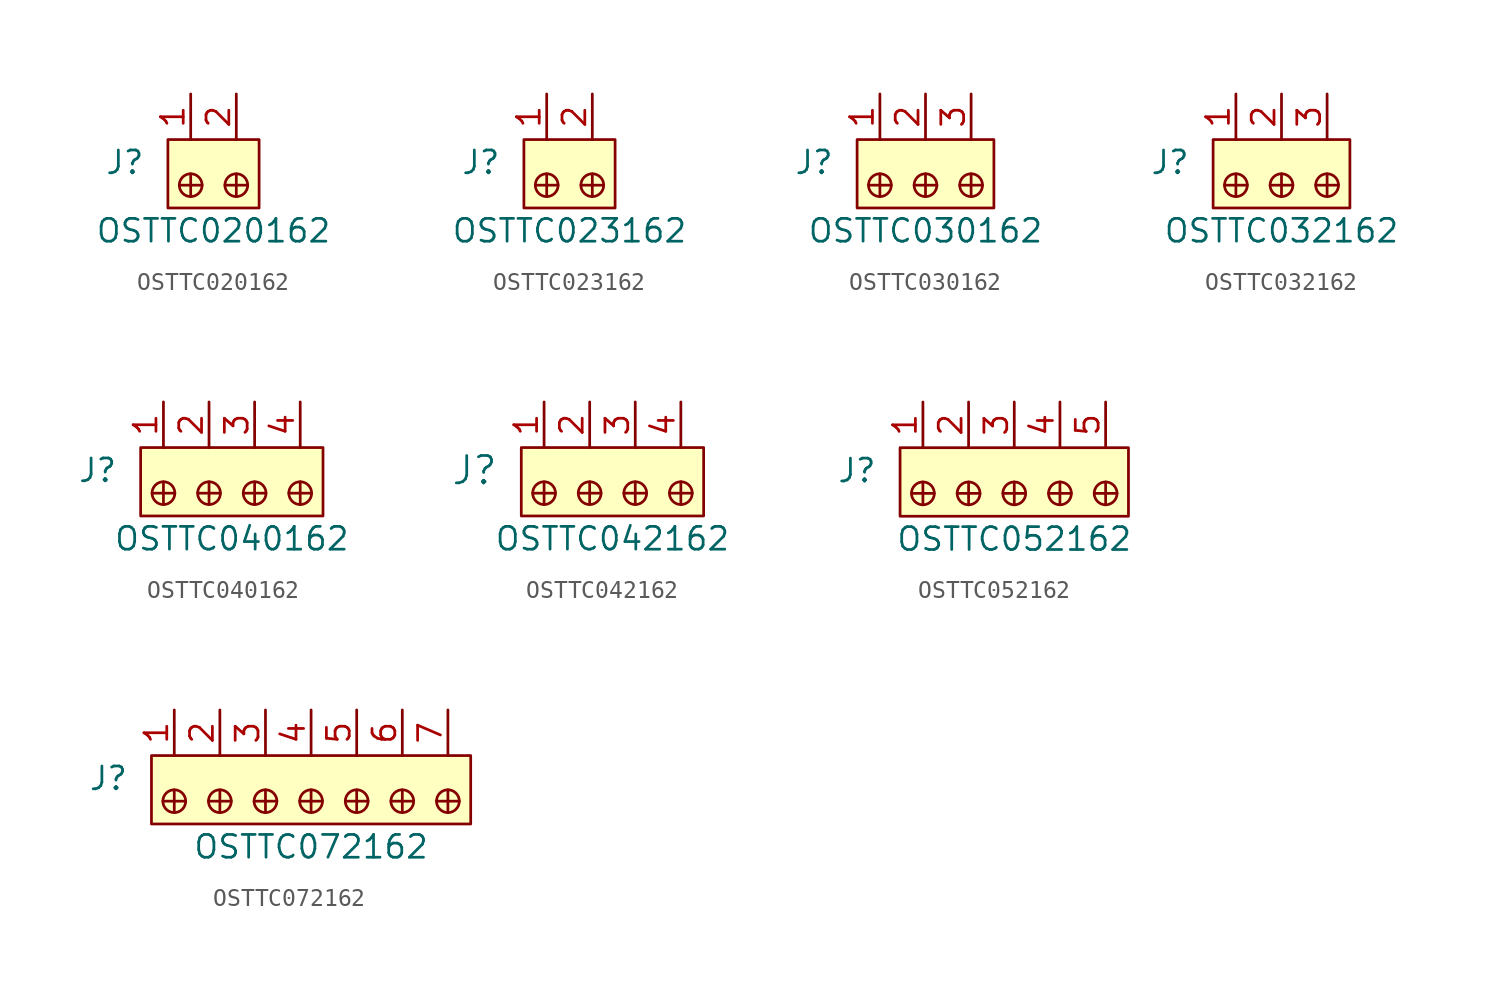
<source format=kicad_sym>
(kicad_symbol_lib
  (version 20220914)
  (generator kicad_symbol_editor)
  (symbol "OSTTC020162"
    (pin_names
      (offset 1.016))
    (property "Reference" "J"
      (at -2.54 1.27 0)
      (effects (font (size 1.27 1.27)) (justify right)))
    (property "Value" "OSTTC020162"
      (at 1.27 -2.54 0)
      (effects (font (size 1.27 1.27))))
    (symbol "OSTTC020162_1_1"
      (rectangle (start -1.27 2.54) (end 3.81 -1.27) (stroke (width 0) (type default)) (fill (type background)))
      (polyline (pts (xy 0 0.635) (xy 0 -0.635)) (stroke (width 0) (type default)) (fill (type none)))
      (polyline (pts (xy 0.635 0) (xy -0.635 0)) (stroke (width 0) (type default)) (fill (type none)))
      (polyline (pts (xy 1.905 0) (xy 3.175 0)) (stroke (width 0) (type default)) (fill (type none)))
      (polyline (pts (xy 2.54 0.635) (xy 2.54 -0.635)) (stroke (width 0) (type default)) (fill (type none)))
      (circle (center 0 0) (radius 0.635) (stroke (width 0) (type default)) (fill (type none)))
      (circle (center 2.54 0) (radius 0.635) (stroke (width 0) (type default)) (fill (type none)))
      (pin passive line (at 0 5.08 270) (length 2.54) (name "~" (effects (font (size 1.27 1.27)))) (number "1" (effects (font (size 1.27 1.27)))))
      (pin passive line (at 2.54 5.08 270) (length 2.54) (name "~" (effects (font (size 1.27 1.27)))) (number "2" (effects (font (size 1.27 1.27)))))))
  (symbol "OSTTC023162"
    (pin_names
      (offset 1.016))
    (property "Reference" "J"
      (at -2.54 -1.27 0)
      (effects (font (size 1.27 1.27)) (justify right)))
    (property "Value" "OSTTC023162"
      (at 1.27 -5.08 0)
      (effects (font (size 1.27 1.27))))
    (symbol "OSTTC023162_1_1"
      (rectangle (start -1.27 0) (end 3.81 -3.81) (stroke (width 0) (type default)) (fill (type background)))
      (circle (center 0 -2.54) (radius 0.635) (stroke (width 0) (type default)) (fill (type none)))
      (polyline (pts (xy 0 -1.905) (xy 0 -3.175)) (stroke (width 0) (type default)) (fill (type none)))
      (polyline (pts (xy 0.635 -2.54) (xy -0.635 -2.54)) (stroke (width 0) (type default)) (fill (type none)))
      (polyline (pts (xy 1.905 -2.54) (xy 3.175 -2.54)) (stroke (width 0) (type default)) (fill (type none)))
      (polyline (pts (xy 2.54 -1.905) (xy 2.54 -3.175)) (stroke (width 0) (type default)) (fill (type none)))
      (circle (center 2.54 -2.54) (radius 0.635) (stroke (width 0) (type default)) (fill (type none)))
      (pin passive line (at 0 2.54 270) (length 2.54) (name "~" (effects (font (size 1.27 1.27)))) (number "1" (effects (font (size 1.27 1.27)))))
      (pin passive line (at 2.54 2.54 270) (length 2.54) (name "~" (effects (font (size 1.27 1.27)))) (number "2" (effects (font (size 1.27 1.27)))))))
  (symbol "OSTTC030162"
    (pin_names
      (offset 1.016))
    (property "Reference" "J"
      (at -2.54 1.27 0)
      (effects (font (size 1.27 1.27)) (justify right)))
    (property "Value" "OSTTC030162"
      (at 2.54 -2.54 0)
      (effects (font (size 1.27 1.27))))
    (symbol "OSTTC030162_1_1"
      (rectangle (start -1.27 2.54) (end 6.35 -1.27) (stroke (width 0) (type default)) (fill (type background)))
      (polyline (pts (xy 0 0.635) (xy 0 -0.635)) (stroke (width 0) (type default)) (fill (type none)))
      (polyline (pts (xy 0.635 0) (xy -0.635 0)) (stroke (width 0) (type default)) (fill (type none)))
      (polyline (pts (xy 1.905 0) (xy 3.175 0)) (stroke (width 0) (type default)) (fill (type none)))
      (polyline (pts (xy 2.54 0.635) (xy 2.54 -0.635)) (stroke (width 0) (type default)) (fill (type none)))
      (polyline (pts (xy 4.445 0) (xy 5.715 0)) (stroke (width 0) (type default)) (fill (type none)))
      (polyline (pts (xy 5.08 0.635) (xy 5.08 -0.635)) (stroke (width 0) (type default)) (fill (type none)))
      (circle (center 0 0) (radius 0.635) (stroke (width 0) (type default)) (fill (type none)))
      (circle (center 2.54 0) (radius 0.635) (stroke (width 0) (type default)) (fill (type none)))
      (circle (center 5.08 0) (radius 0.635) (stroke (width 0) (type default)) (fill (type none)))
      (pin passive line (at 0 5.08 270) (length 2.54) (name "~" (effects (font (size 1.27 1.27)))) (number "1" (effects (font (size 1.27 1.27)))))
      (pin passive line (at 2.54 5.08 270) (length 2.54) (name "~" (effects (font (size 1.27 1.27)))) (number "2" (effects (font (size 1.27 1.27)))))
      (pin passive line (at 5.08 5.08 270) (length 2.54) (name "~" (effects (font (size 1.27 1.27)))) (number "3" (effects (font (size 1.27 1.27)))))))
  (symbol "OSTTC032162"
    (pin_names
      (offset 1.016))
    (property "Reference" "J"
      (at -2.54 -1.27 0)
      (effects (font (size 1.27 1.27)) (justify right)))
    (property "Value" "OSTTC032162"
      (at 2.54 -5.08 0)
      (effects (font (size 1.27 1.27))))
    (symbol "OSTTC032162_1_1"
      (rectangle (start -1.27 0) (end 6.35 -3.81) (stroke (width 0) (type default)) (fill (type background)))
      (circle (center 0 -2.54) (radius 0.635) (stroke (width 0) (type default)) (fill (type none)))
      (polyline (pts (xy 0 -1.905) (xy 0 -3.175)) (stroke (width 0) (type default)) (fill (type none)))
      (polyline (pts (xy 0.635 -2.54) (xy -0.635 -2.54)) (stroke (width 0) (type default)) (fill (type none)))
      (polyline (pts (xy 1.905 -2.54) (xy 3.175 -2.54)) (stroke (width 0) (type default)) (fill (type none)))
      (polyline (pts (xy 2.54 -1.905) (xy 2.54 -3.175)) (stroke (width 0) (type default)) (fill (type none)))
      (polyline (pts (xy 4.445 -2.54) (xy 5.715 -2.54)) (stroke (width 0) (type default)) (fill (type none)))
      (polyline (pts (xy 5.08 -1.905) (xy 5.08 -3.175)) (stroke (width 0) (type default)) (fill (type none)))
      (circle (center 2.54 -2.54) (radius 0.635) (stroke (width 0) (type default)) (fill (type none)))
      (circle (center 5.08 -2.54) (radius 0.635) (stroke (width 0) (type default)) (fill (type none)))
      (pin passive line (at 0 2.54 270) (length 2.54) (name "~" (effects (font (size 1.27 1.27)))) (number "1" (effects (font (size 1.27 1.27)))))
      (pin passive line (at 2.54 2.54 270) (length 2.54) (name "~" (effects (font (size 1.27 1.27)))) (number "2" (effects (font (size 1.27 1.27)))))
      (pin passive line (at 5.08 2.54 270) (length 2.54) (name "~" (effects (font (size 1.27 1.27)))) (number "3" (effects (font (size 1.27 1.27)))))))
  (symbol "OSTTC040162"
    (pin_names
      (offset 1.016))
    (property "Reference" "J"
      (at -2.54 -1.27 0)
      (effects (font (size 1.27 1.27)) (justify right)))
    (property "Value" "OSTTC040162"
      (at 3.81 -5.08 0)
      (effects (font (size 1.27 1.27))))
    (symbol "OSTTC040162_1_1"
      (rectangle (start -1.27 0) (end 8.89 -3.81) (stroke (width 0) (type default)) (fill (type background)))
      (circle (center 0 -2.54) (radius 0.635) (stroke (width 0) (type default)) (fill (type none)))
      (polyline (pts (xy 0 -1.905) (xy 0 -3.175)) (stroke (width 0) (type default)) (fill (type none)))
      (polyline (pts (xy 0.635 -2.54) (xy -0.635 -2.54)) (stroke (width 0) (type default)) (fill (type none)))
      (polyline (pts (xy 1.905 -2.54) (xy 3.175 -2.54)) (stroke (width 0) (type default)) (fill (type none)))
      (polyline (pts (xy 2.54 -1.905) (xy 2.54 -3.175)) (stroke (width 0) (type default)) (fill (type none)))
      (polyline (pts (xy 5.08 -1.905) (xy 5.08 -3.175)) (stroke (width 0) (type default)) (fill (type none)))
      (polyline (pts (xy 5.715 -2.54) (xy 4.445 -2.54)) (stroke (width 0) (type default)) (fill (type none)))
      (polyline (pts (xy 6.985 -2.54) (xy 8.255 -2.54)) (stroke (width 0) (type default)) (fill (type none)))
      (polyline (pts (xy 7.62 -1.905) (xy 7.62 -3.175)) (stroke (width 0) (type default)) (fill (type none)))
      (circle (center 2.54 -2.54) (radius 0.635) (stroke (width 0) (type default)) (fill (type none)))
      (circle (center 5.08 -2.54) (radius 0.635) (stroke (width 0) (type default)) (fill (type none)))
      (circle (center 7.62 -2.54) (radius 0.635) (stroke (width 0) (type default)) (fill (type none)))
      (pin passive line (at 0 2.54 270) (length 2.54) (name "~" (effects (font (size 1.27 1.27)))) (number "1" (effects (font (size 1.27 1.27)))))
      (pin passive line (at 2.54 2.54 270) (length 2.54) (name "~" (effects (font (size 1.27 1.27)))) (number "2" (effects (font (size 1.27 1.27)))))
      (pin passive line (at 5.08 2.54 270) (length 2.54) (name "~" (effects (font (size 1.27 1.27)))) (number "3" (effects (font (size 1.27 1.27)))))
      (pin passive line (at 7.62 2.54 270) (length 2.54) (name "~" (effects (font (size 1.27 1.27)))) (number "4" (effects (font (size 1.27 1.27)))))))
  (symbol "OSTTC042162"
    (pin_names
      (offset 1.016))
    (property "Reference" "J"
      (at -2.54 -1.27 0)
      (effects (font (size 1.524 1.524)) (justify right)))
    (property "Value" "OSTTC042162"
      (at 3.81 -5.08 0)
      (effects (font (size 1.27 1.27))))
    (symbol "OSTTC042162_1_1"
      (rectangle (start -1.27 0) (end 8.89 -3.81) (stroke (width 0) (type default)) (fill (type background)))
      (circle (center 0 -2.54) (radius 0.635) (stroke (width 0) (type default)) (fill (type none)))
      (polyline (pts (xy 0 -1.905) (xy 0 -3.175)) (stroke (width 0) (type default)) (fill (type none)))
      (polyline (pts (xy 0.635 -2.54) (xy -0.635 -2.54)) (stroke (width 0) (type default)) (fill (type none)))
      (polyline (pts (xy 1.905 -2.54) (xy 3.175 -2.54)) (stroke (width 0) (type default)) (fill (type none)))
      (polyline (pts (xy 2.54 -1.905) (xy 2.54 -3.175)) (stroke (width 0) (type default)) (fill (type none)))
      (polyline (pts (xy 5.08 -1.905) (xy 5.08 -3.175)) (stroke (width 0) (type default)) (fill (type none)))
      (polyline (pts (xy 5.715 -2.54) (xy 4.445 -2.54)) (stroke (width 0) (type default)) (fill (type none)))
      (polyline (pts (xy 6.985 -2.54) (xy 8.255 -2.54)) (stroke (width 0) (type default)) (fill (type none)))
      (polyline (pts (xy 7.62 -1.905) (xy 7.62 -3.175)) (stroke (width 0) (type default)) (fill (type none)))
      (circle (center 2.54 -2.54) (radius 0.635) (stroke (width 0) (type default)) (fill (type none)))
      (circle (center 5.08 -2.54) (radius 0.635) (stroke (width 0) (type default)) (fill (type none)))
      (circle (center 7.62 -2.54) (radius 0.635) (stroke (width 0) (type default)) (fill (type none)))
      (pin passive line (at 0 2.54 270) (length 2.54) (name "~" (effects (font (size 1.27 1.27)))) (number "1" (effects (font (size 1.27 1.27)))))
      (pin passive line (at 2.54 2.54 270) (length 2.54) (name "~" (effects (font (size 1.27 1.27)))) (number "2" (effects (font (size 1.27 1.27)))))
      (pin passive line (at 5.08 2.54 270) (length 2.54) (name "~" (effects (font (size 1.27 1.27)))) (number "3" (effects (font (size 1.27 1.27)))))
      (pin passive line (at 7.62 2.54 270) (length 2.54) (name "~" (effects (font (size 1.27 1.27)))) (number "4" (effects (font (size 1.27 1.27)))))))
  (symbol "OSTTC052162"
    (pin_names
      (offset 1.016))
    (property "Reference" "J"
      (at -2.54 -1.27 0)
      (effects (font (size 1.27 1.27)) (justify right)))
    (property "Value" "OSTTC052162"
      (at 5.08 -5.08 0)
      (effects (font (size 1.27 1.27))))
    (symbol "OSTTC052162_1_1"
      (rectangle (start -1.27 0) (end 11.43 -3.81) (stroke (width 0) (type default)) (fill (type background)))
      (circle (center 0 -2.54) (radius 0.635) (stroke (width 0) (type default)) (fill (type none)))
      (polyline (pts (xy 0 -1.905) (xy 0 -3.175)) (stroke (width 0) (type default)) (fill (type none)))
      (polyline (pts (xy 0.635 -2.54) (xy -0.635 -2.54)) (stroke (width 0) (type default)) (fill (type none)))
      (polyline (pts (xy 1.905 -2.54) (xy 3.175 -2.54)) (stroke (width 0) (type default)) (fill (type none)))
      (polyline (pts (xy 2.54 -1.905) (xy 2.54 -3.175)) (stroke (width 0) (type default)) (fill (type none)))
      (polyline (pts (xy 5.08 -1.905) (xy 5.08 -3.175)) (stroke (width 0) (type default)) (fill (type none)))
      (polyline (pts (xy 5.715 -2.54) (xy 4.445 -2.54)) (stroke (width 0) (type default)) (fill (type none)))
      (polyline (pts (xy 6.985 -2.54) (xy 8.255 -2.54)) (stroke (width 0) (type default)) (fill (type none)))
      (polyline (pts (xy 7.62 -1.905) (xy 7.62 -3.175)) (stroke (width 0) (type default)) (fill (type none)))
      (polyline (pts (xy 9.525 -2.54) (xy 10.795 -2.54)) (stroke (width 0) (type default)) (fill (type none)))
      (polyline (pts (xy 10.16 -1.905) (xy 10.16 -3.175)) (stroke (width 0) (type default)) (fill (type none)))
      (circle (center 2.54 -2.54) (radius 0.635) (stroke (width 0) (type default)) (fill (type none)))
      (circle (center 5.08 -2.54) (radius 0.635) (stroke (width 0) (type default)) (fill (type none)))
      (circle (center 7.62 -2.54) (radius 0.635) (stroke (width 0) (type default)) (fill (type none)))
      (circle (center 10.16 -2.54) (radius 0.635) (stroke (width 0) (type default)) (fill (type none)))
      (pin passive line (at 0 2.54 270) (length 2.54) (name "~" (effects (font (size 1.27 1.27)))) (number "1" (effects (font (size 1.27 1.27)))))
      (pin passive line (at 2.54 2.54 270) (length 2.54) (name "~" (effects (font (size 1.27 1.27)))) (number "2" (effects (font (size 1.27 1.27)))))
      (pin passive line (at 5.08 2.54 270) (length 2.54) (name "~" (effects (font (size 1.27 1.27)))) (number "3" (effects (font (size 1.27 1.27)))))
      (pin passive line (at 7.62 2.54 270) (length 2.54) (name "~" (effects (font (size 1.27 1.27)))) (number "4" (effects (font (size 1.27 1.27)))))
      (pin passive line (at 10.16 2.54 270) (length 2.54) (name "~" (effects (font (size 1.27 1.27)))) (number "5" (effects (font (size 1.27 1.27)))))))
  (symbol "OSTTC072162"
    (pin_names
      (offset 1.016))
    (property "Reference" "J"
      (at -2.54 -1.27 0)
      (effects (font (size 1.27 1.27)) (justify right)))
    (property "Value" "OSTTC072162"
      (at 7.62 -5.08 0)
      (effects (font (size 1.27 1.27))))
    (symbol "OSTTC072162_1_1"
      (rectangle (start -1.27 0) (end 16.51 -3.81) (stroke (width 0) (type default)) (fill (type background)))
      (circle (center 0 -2.54) (radius 0.635) (stroke (width 0) (type default)) (fill (type none)))
      (polyline (pts (xy 0 -1.905) (xy 0 -3.175)) (stroke (width 0) (type default)) (fill (type none)))
      (polyline (pts (xy 0.635 -2.54) (xy -0.635 -2.54)) (stroke (width 0) (type default)) (fill (type none)))
      (polyline (pts (xy 1.905 -2.54) (xy 3.175 -2.54)) (stroke (width 0) (type default)) (fill (type none)))
      (polyline (pts (xy 2.54 -1.905) (xy 2.54 -3.175)) (stroke (width 0) (type default)) (fill (type none)))
      (polyline (pts (xy 5.08 -1.905) (xy 5.08 -3.175)) (stroke (width 0) (type default)) (fill (type none)))
      (polyline (pts (xy 5.715 -2.54) (xy 4.445 -2.54)) (stroke (width 0) (type default)) (fill (type none)))
      (polyline (pts (xy 6.985 -2.54) (xy 8.255 -2.54)) (stroke (width 0) (type default)) (fill (type none)))
      (polyline (pts (xy 7.62 -1.905) (xy 7.62 -3.175)) (stroke (width 0) (type default)) (fill (type none)))
      (polyline (pts (xy 10.16 -1.905) (xy 10.16 -3.175)) (stroke (width 0) (type default)) (fill (type none)))
      (polyline (pts (xy 10.795 -2.54) (xy 9.525 -2.54)) (stroke (width 0) (type default)) (fill (type none)))
      (polyline (pts (xy 12.065 -2.54) (xy 13.335 -2.54)) (stroke (width 0) (type default)) (fill (type none)))
      (polyline (pts (xy 12.7 -1.905) (xy 12.7 -3.175)) (stroke (width 0) (type default)) (fill (type none)))
      (polyline (pts (xy 14.605 -2.54) (xy 15.875 -2.54)) (stroke (width 0) (type default)) (fill (type none)))
      (polyline (pts (xy 15.24 -1.905) (xy 15.24 -3.175)) (stroke (width 0) (type default)) (fill (type none)))
      (circle (center 2.54 -2.54) (radius 0.635) (stroke (width 0) (type default)) (fill (type none)))
      (circle (center 5.08 -2.54) (radius 0.635) (stroke (width 0) (type default)) (fill (type none)))
      (circle (center 7.62 -2.54) (radius 0.635) (stroke (width 0) (type default)) (fill (type none)))
      (circle (center 10.16 -2.54) (radius 0.635) (stroke (width 0) (type default)) (fill (type none)))
      (circle (center 12.7 -2.54) (radius 0.635) (stroke (width 0) (type default)) (fill (type none)))
      (circle (center 15.24 -2.54) (radius 0.635) (stroke (width 0) (type default)) (fill (type none)))
      (pin passive line (at 0 2.54 270) (length 2.54) (name "~" (effects (font (size 1.27 1.27)))) (number "1" (effects (font (size 1.27 1.27)))))
      (pin passive line (at 2.54 2.54 270) (length 2.54) (name "~" (effects (font (size 1.27 1.27)))) (number "2" (effects (font (size 1.27 1.27)))))
      (pin passive line (at 5.08 2.54 270) (length 2.54) (name "~" (effects (font (size 1.27 1.27)))) (number "3" (effects (font (size 1.27 1.27)))))
      (pin passive line (at 7.62 2.54 270) (length 2.54) (name "~" (effects (font (size 1.27 1.27)))) (number "4" (effects (font (size 1.27 1.27)))))
      (pin passive line (at 10.16 2.54 270) (length 2.54) (name "~" (effects (font (size 1.27 1.27)))) (number "5" (effects (font (size 1.27 1.27)))))
      (pin passive line (at 12.7 2.54 270) (length 2.54) (name "~" (effects (font (size 1.27 1.27)))) (number "6" (effects (font (size 1.27 1.27)))))
      (pin passive line (at 15.24 2.54 270) (length 2.54) (name "~" (effects (font (size 1.27 1.27)))) (number "7" (effects (font (size 1.27 1.27))))))))
</source>
